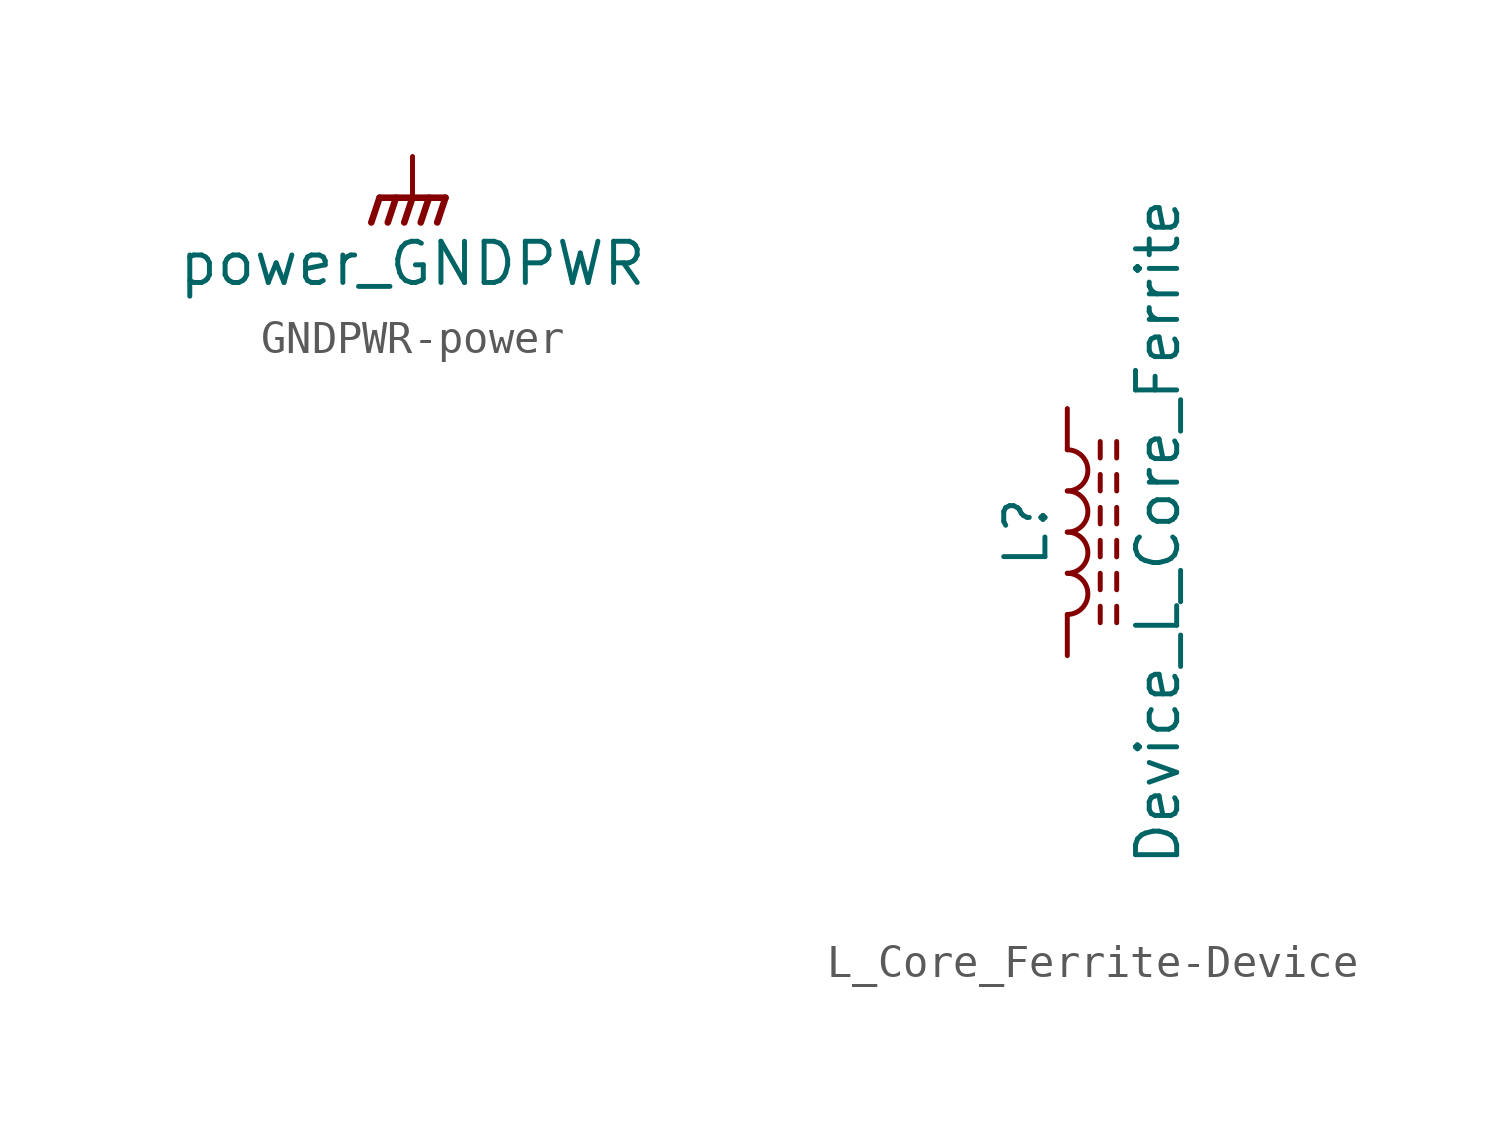
<source format=kicad_sym>
(kicad_symbol_lib
  (version 20231120)
  (generator "kicad_symbol_editor")
  (generator_version "8.0")
  (symbol "GNDPWR-power"
    (power)
    (pin_names
      (offset 0))
    (property "Reference" "#PWR"
      (at 0 -5.08 0)
      (effects (font (size 1.27 1.27)) (hide yes)))
    (property "Value" "power_GNDPWR"
      (at 0 -3.302 0)
      (effects (font (size 1.27 1.27))))
    (symbol "GNDPWR-power_0_1"
      (polyline (pts (xy 0 -1.27) (xy 0 0)) (stroke (width 0) (type solid)) (fill (type none)))
      (polyline (pts (xy -1.016 -1.27) (xy -1.27 -2.032) (xy -1.27 -2.032)) (stroke (width 0.203) (type solid)) (fill (type none)))
      (polyline (pts (xy -0.508 -1.27) (xy -0.762 -2.032) (xy -0.762 -2.032)) (stroke (width 0.203) (type solid)) (fill (type none)))
      (polyline (pts (xy 0 -1.27) (xy -0.254 -2.032) (xy -0.254 -2.032)) (stroke (width 0.203) (type solid)) (fill (type none)))
      (polyline (pts (xy 0.508 -1.27) (xy 0.254 -2.032) (xy 0.254 -2.032)) (stroke (width 0.203) (type solid)) (fill (type none)))
      (polyline (pts (xy 1.016 -1.27) (xy -1.016 -1.27) (xy -1.016 -1.27)) (stroke (width 0.203) (type solid)) (fill (type none)))
      (polyline (pts (xy 1.016 -1.27) (xy 0.762 -2.032) (xy 0.762 -2.032) (xy 0.762 -2.032)) (stroke (width 0.203) (type solid)) (fill (type none))))
    (symbol "GNDPWR-power_1_1"
      (pin power_in line (at 0 0 270) (length 0) hide (name "GNDPWR" (effects (font (size 1.27 1.27)))) (number "1" (effects (font (size 1.27 1.27)))))))
  (symbol "L_Core_Ferrite-Device"
    (pin_numbers hide)
    (pin_names
      (offset 1.016) hide)
    (property "Reference" "L"
      (at -1.27 0 90)
      (effects (font (size 1.27 1.27))))
    (property "Value" "Device_L_Core_Ferrite"
      (at 2.794 0 90)
      (effects (font (size 1.27 1.27))))
    (symbol "L_Core_Ferrite-Device_0_1"
      (arc (start 0 -2.54) (mid 0.635 -1.905) (end 0 -1.27) (stroke (width 0) (type solid)) (fill (type none)))
      (arc (start 0 -1.27) (mid 0.635 -0.635) (end 0 0) (stroke (width 0) (type solid)) (fill (type none)))
      (polyline (pts (xy 1.016 -2.794) (xy 1.016 -2.286)) (stroke (width 0) (type solid)) (fill (type none)))
      (polyline (pts (xy 1.016 -1.778) (xy 1.016 -1.27)) (stroke (width 0) (type solid)) (fill (type none)))
      (polyline (pts (xy 1.016 -0.762) (xy 1.016 -0.254)) (stroke (width 0) (type solid)) (fill (type none)))
      (polyline (pts (xy 1.016 0.254) (xy 1.016 0.762)) (stroke (width 0) (type solid)) (fill (type none)))
      (polyline (pts (xy 1.016 1.27) (xy 1.016 1.778)) (stroke (width 0) (type solid)) (fill (type none)))
      (polyline (pts (xy 1.016 2.286) (xy 1.016 2.794)) (stroke (width 0) (type solid)) (fill (type none)))
      (polyline (pts (xy 1.524 -2.286) (xy 1.524 -2.794)) (stroke (width 0) (type solid)) (fill (type none)))
      (polyline (pts (xy 1.524 -1.27) (xy 1.524 -1.778)) (stroke (width 0) (type solid)) (fill (type none)))
      (polyline (pts (xy 1.524 -0.254) (xy 1.524 -0.762)) (stroke (width 0) (type solid)) (fill (type none)))
      (polyline (pts (xy 1.524 0.762) (xy 1.524 0.254)) (stroke (width 0) (type solid)) (fill (type none)))
      (polyline (pts (xy 1.524 1.778) (xy 1.524 1.27)) (stroke (width 0) (type solid)) (fill (type none)))
      (polyline (pts (xy 1.524 2.794) (xy 1.524 2.286)) (stroke (width 0) (type solid)) (fill (type none)))
      (arc (start 0 0) (mid 0.635 0.635) (end 0 1.27) (stroke (width 0) (type solid)) (fill (type none)))
      (arc (start 0 1.27) (mid 0.635 1.905) (end 0 2.54) (stroke (width 0) (type solid)) (fill (type none))))
    (symbol "L_Core_Ferrite-Device_1_1"
      (pin passive line (at 0 3.81 270) (length 1.27) (name "1" (effects (font (size 1.27 1.27)))) (number "1" (effects (font (size 1.27 1.27)))))
      (pin passive line (at 0 -3.81 90) (length 1.27) (name "2" (effects (font (size 1.27 1.27)))) (number "2" (effects (font (size 1.27 1.27))))))))
</source>
